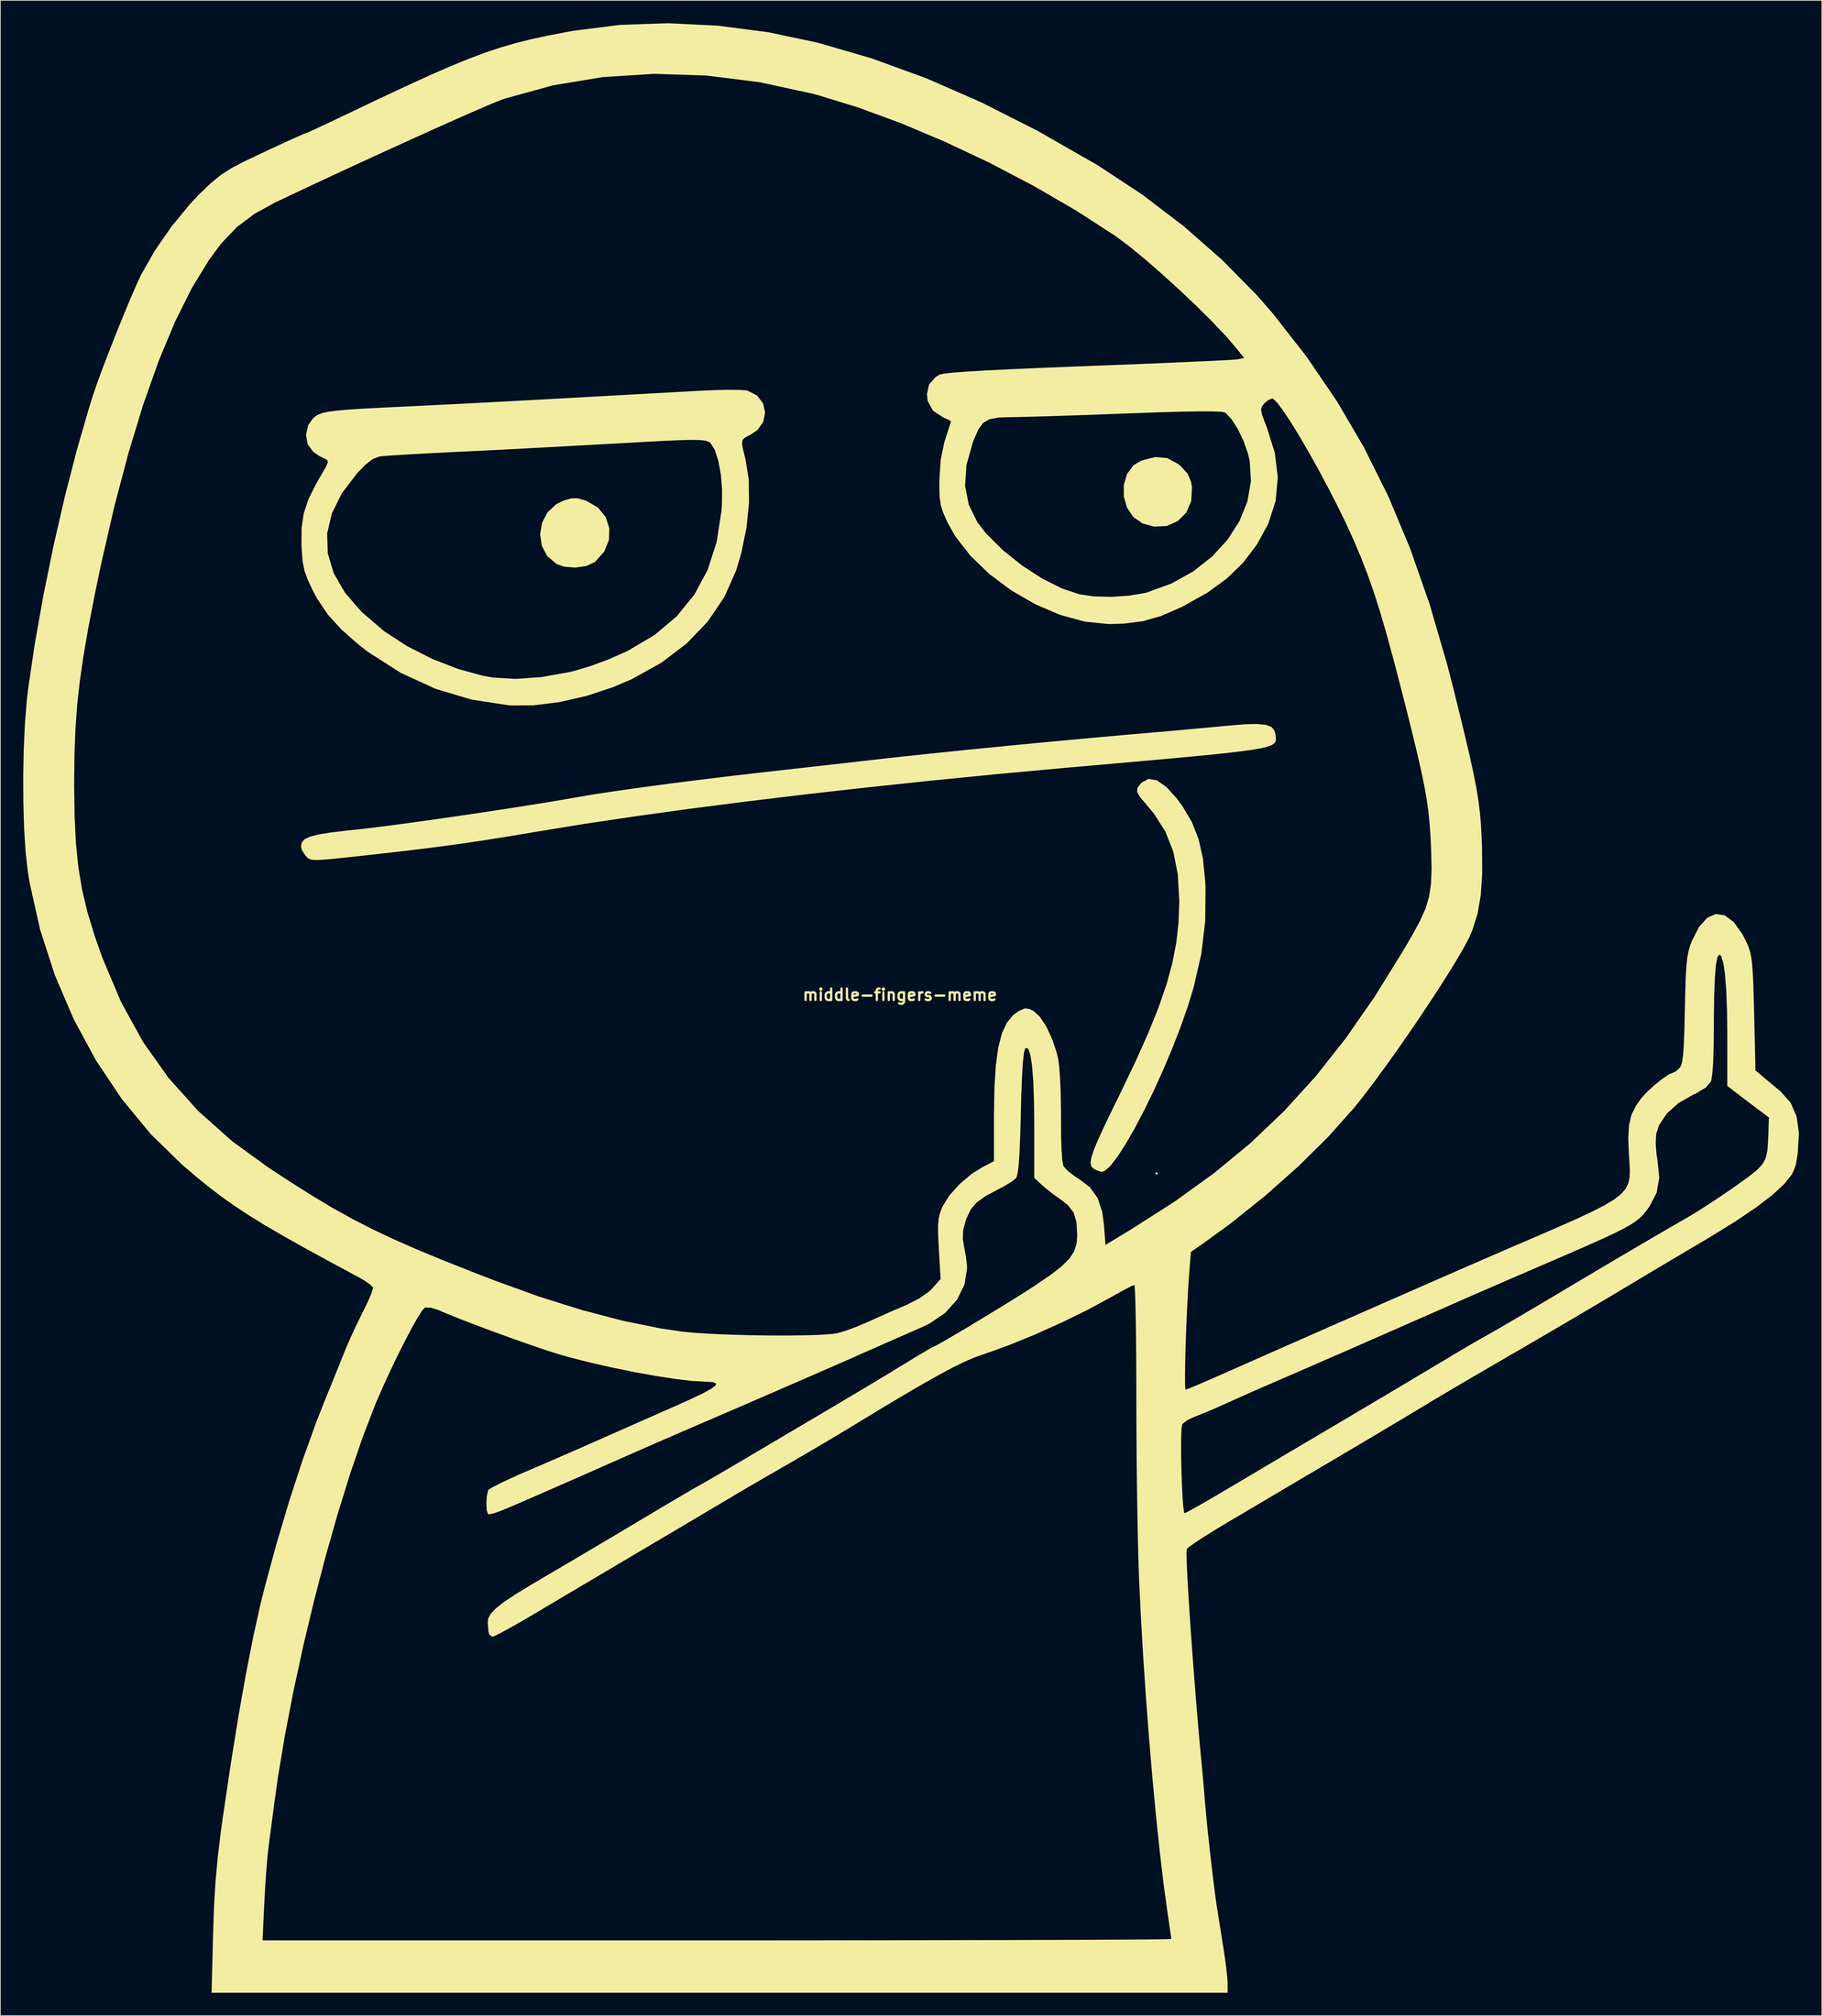
<source format=kicad_pcb>
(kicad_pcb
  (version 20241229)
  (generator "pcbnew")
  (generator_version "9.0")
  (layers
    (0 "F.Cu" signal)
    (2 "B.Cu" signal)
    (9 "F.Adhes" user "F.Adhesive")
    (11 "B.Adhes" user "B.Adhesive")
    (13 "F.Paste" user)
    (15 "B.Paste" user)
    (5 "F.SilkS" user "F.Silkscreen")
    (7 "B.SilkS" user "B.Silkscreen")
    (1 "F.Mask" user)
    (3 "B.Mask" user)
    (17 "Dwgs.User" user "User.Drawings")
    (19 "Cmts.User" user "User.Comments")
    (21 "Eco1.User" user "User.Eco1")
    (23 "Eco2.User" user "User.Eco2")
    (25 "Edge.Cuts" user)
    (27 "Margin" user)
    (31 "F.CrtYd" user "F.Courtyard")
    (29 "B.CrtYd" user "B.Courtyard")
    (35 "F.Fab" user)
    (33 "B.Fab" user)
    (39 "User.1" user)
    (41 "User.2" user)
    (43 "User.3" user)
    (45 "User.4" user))
  (footprint "middle-fingers-meme"
    (layer "F.Cu")
    (at 115.147 127.591)
    (property "Reference" "middle-fingers-meme" (at 0 0 0) (layer "F.SilkS") (effects (font (size 1.5 1.5) (thickness 0.3))))
    (attr board_only exclude_from_pos_files exclude_from_bom)
    (fp_poly (pts (xy 33.867 23.46) (xy 33.69 23.636) (xy 33.514 23.46) (xy 33.69 23.283)) (stroke (width 0) (type solid)) (fill yes) (layer "F.SilkS"))
    (fp_poly (pts (xy 35.113 -70.479) (xy 36.554 -69.697) (xy 36.905 -69.397) (xy 37.79 -68.416) (xy 38.229 -67.375) (xy 38.35 -66.633) (xy 38.253 -64.824) (xy 37.599 -63.324) (xy 36.498 -62.214) (xy 35.058 -61.572) (xy 33.392 -61.48) (xy 31.845 -61.906) (xy 30.622 -62.769) (xy 29.804 -64.011) (xy 29.397 -65.469) (xy 29.402 -66.983) (xy 29.824 -68.39) (xy 30.666 -69.528) (xy 31.665 -70.144) (xy 33.517 -70.623)) (stroke (width 0) (type solid)) (fill yes) (layer "F.SilkS"))
    (fp_poly (pts (xy -41.274 -64.897) (xy -41.193 -64.868) (xy -39.672 -63.996) (xy -38.659 -62.752) (xy -38.17 -61.276) (xy -38.227 -59.708) (xy -38.848 -58.186) (xy -40.053 -56.85) (xy -40.081 -56.828) (xy -41.205 -56.307) (xy -42.656 -56.1) (xy -44.123 -56.225) (xy -45.089 -56.569) (xy -46.319 -57.605) (xy -47.037 -58.955) (xy -47.26 -60.467) (xy -47.003 -61.987) (xy -46.284 -63.364) (xy -45.119 -64.444) (xy -44.18 -64.898) (xy -43.137 -65.198) (xy -42.305 -65.199)) (stroke (width 0) (type solid)) (fill yes) (layer "F.SilkS"))
    (fp_poly (pts (xy 33.743 -28.159) (xy 34.974 -27.305) (xy 36.34 -25.806) (xy 37.091 -24.786) (xy 38.338 -22.685) (xy 39.224 -20.431) (xy 39.795 -17.864) (xy 40.097 -14.821) (xy 40.131 -14.097) (xy 40.089 -9.685) (xy 39.584 -5.4) (xy 38.582 -1.017) (xy 37.852 1.379) (xy 36.883 4.155) (xy 35.781 6.998) (xy 34.587 9.832) (xy 33.338 12.582) (xy 32.073 15.173) (xy 30.833 17.532) (xy 29.654 19.582) (xy 28.578 21.25) (xy 27.641 22.461) (xy 26.883 23.139) (xy 26.468 23.255) (xy 26.008 23.114) (xy 25.837 23.048) (xy 25.409 22.83) (xy 25.135 22.527) (xy 25.036 22.07) (xy 25.134 21.388) (xy 25.45 20.411) (xy 26.006 19.068) (xy 26.824 17.288) (xy 27.924 15.002) (xy 28.912 12.987) (xy 30.951 8.734) (xy 32.63 4.98) (xy 33.976 1.634) (xy 35.017 -1.393) (xy 35.78 -4.193) (xy 36.294 -6.855) (xy 36.586 -9.47) (xy 36.683 -12.128) (xy 36.683 -12.347) (xy 36.492 -15.813) (xy 35.902 -18.794) (xy 34.871 -21.413) (xy 33.357 -23.795) (xy 32.391 -24.951) (xy 31.536 -25.95) (xy 31.146 -26.629) (xy 31.184 -27.162) (xy 31.611 -27.727) (xy 31.768 -27.887) (xy 32.668 -28.357)) (stroke (width 0) (type solid)) (fill yes) (layer "F.SilkS"))
    (fp_poly (pts (xy 48.088 -35.442) (xy 48.818 -35.144) (xy 49.205 -34.652) (xy 49.319 -34.183) (xy 49.364 -33.833) (xy 49.382 -33.527) (xy 49.329 -33.257) (xy 49.159 -33.015) (xy 48.827 -32.796) (xy 48.288 -32.592) (xy 47.498 -32.395) (xy 46.411 -32.199) (xy 44.982 -31.996) (xy 43.166 -31.779) (xy 40.918 -31.542) (xy 38.194 -31.277) (xy 34.947 -30.976) (xy 31.134 -30.634) (xy 26.71 -30.242) (xy 21.628 -29.794) (xy 21.519 -29.785) (xy 12.836 -28.988) (xy 4.23 -28.137) (xy -4.221 -27.244) (xy -12.438 -26.316) (xy -20.341 -25.363) (xy -27.852 -24.396) (xy -34.891 -23.422) (xy -41.38 -22.453) (xy -47.019 -21.535) (xy -50.838 -20.894) (xy -54.232 -20.351) (xy -57.403 -19.878) (xy -60.554 -19.447) (xy -63.888 -19.029) (xy -67.606 -18.597) (xy -69.984 -18.333) (xy -72.439 -18.063) (xy -74.287 -17.867) (xy -75.626 -17.745) (xy -76.551 -17.696) (xy -77.157 -17.719) (xy -77.541 -17.813) (xy -77.798 -17.979) (xy -78.024 -18.215) (xy -78.086 -18.284) (xy -78.544 -18.994) (xy -78.669 -19.464) (xy -78.568 -19.994) (xy -78.208 -20.417) (xy -77.505 -20.762) (xy -76.377 -21.053) (xy -74.739 -21.317) (xy -72.508 -21.579) (xy -71.614 -21.672) (xy -69.692 -21.888) (xy -67.204 -22.201) (xy -64.28 -22.592) (xy -61.051 -23.043) (xy -57.647 -23.533) (xy -54.197 -24.045) (xy -50.832 -24.559) (xy -47.682 -25.056) (xy -44.877 -25.517) (xy -42.548 -25.923) (xy -42.51 -25.93) (xy -40.209 -26.318) (xy -37.307 -26.76) (xy -33.906 -27.242) (xy -30.109 -27.749) (xy -26.016 -28.269) (xy -21.729 -28.787) (xy -17.462 -29.278) (xy -14.759 -29.581) (xy -12.117 -29.879) (xy -9.67 -30.155) (xy -7.548 -30.395) (xy -5.885 -30.585) (xy -4.939 -30.694) (xy -0.869 -31.153) (xy 3.765 -31.649) (xy 8.82 -32.169) (xy 14.157 -32.699) (xy 19.634 -33.224) (xy 25.111 -33.731) (xy 30.447 -34.207) (xy 32.456 -34.38) (xy 34.892 -34.592) (xy 37.481 -34.823) (xy 39.977 -35.05) (xy 42.134 -35.252) (xy 42.964 -35.333) (xy 45.249 -35.521) (xy 46.928 -35.563)) (stroke (width 0) (type solid)) (fill yes) (layer "F.SilkS"))
    (fp_poly (pts (xy -21.078 -79.435) (xy -20.182 -79.373) (xy -20.019 -79.341) (xy -18.762 -78.691) (xy -17.988 -77.683) (xy -17.712 -76.485) (xy -17.943 -75.263) (xy -18.694 -74.182) (xy -19.612 -73.562) (xy -20.29 -73.224) (xy -20.656 -72.893) (xy -20.746 -72.392) (xy -20.597 -71.546) (xy -20.285 -70.322) (xy -19.861 -67.674) (xy -19.824 -64.616) (xy -20.159 -61.319) (xy -20.852 -57.954) (xy -21.511 -55.739) (xy -23.065 -52.235) (xy -25.241 -49.025) (xy -28.008 -46.141) (xy -31.335 -43.611) (xy -35.188 -41.466) (xy -37.674 -40.402) (xy -41.169 -39.248) (xy -44.71 -38.441) (xy -48.105 -38.013) (xy -51.16 -37.998) (xy -51.329 -38.011) (xy -56.276 -38.768) (xy -61.039 -40.199) (xy -65.572 -42.284) (xy -69.826 -45.004) (xy -71.085 -45.976) (xy -73.371 -47.982) (xy -75.138 -49.934) (xy -76.535 -52.007) (xy -77.146 -53.153) (xy -77.807 -54.568) (xy -78.218 -55.724) (xy -78.449 -56.911) (xy -78.571 -58.418) (xy -78.6 -59.043) (xy -78.593 -60.576) (xy -75.232 -60.576) (xy -75.148 -57.953) (xy -74.364 -55.357) (xy -72.883 -52.797) (xy -70.707 -50.282) (xy -67.835 -47.821) (xy -67.66 -47.689) (xy -64.75 -45.795) (xy -61.475 -44.131) (xy -58.067 -42.797) (xy -54.754 -41.889) (xy -53.446 -41.658) (xy -50.462 -41.481) (xy -47.075 -41.724) (xy -43.439 -42.375) (xy -42.686 -42.555) (xy -40.591 -43.185) (xy -38.245 -44.06) (xy -35.996 -45.05) (xy -35.692 -45.199) (xy -32.215 -47.257) (xy -29.325 -49.698) (xy -27.011 -52.536) (xy -25.264 -55.785) (xy -24.076 -59.458) (xy -23.437 -63.572) (xy -23.386 -64.258) (xy -23.359 -66.336) (xy -23.525 -68.341) (xy -23.854 -70.126) (xy -24.316 -71.545) (xy -24.883 -72.453) (xy -25.074 -72.607) (xy -25.494 -72.759) (xy -26.224 -72.847) (xy -27.351 -72.873) (xy -28.964 -72.836) (xy -31.152 -72.737) (xy -32.374 -72.672) (xy -36.586 -72.438) (xy -40.183 -72.239) (xy -43.254 -72.07) (xy -45.885 -71.927) (xy -48.167 -71.804) (xy -50.189 -71.697) (xy -52.038 -71.601) (xy -53.804 -71.511) (xy -55.575 -71.423) (xy -57.44 -71.332) (xy -59.09 -71.253) (xy -61.48 -71.134) (xy -63.692 -71.014) (xy -65.609 -70.901) (xy -67.113 -70.803) (xy -68.086 -70.725) (xy -68.334 -70.697) (xy -69.199 -70.384) (xy -70.184 -69.635) (xy -71.274 -68.514) (xy -73.296 -65.866) (xy -74.615 -63.217) (xy -75.232 -60.576) (xy -78.593 -60.576) (xy -78.59 -61.263) (xy -78.309 -63.195) (xy -77.694 -65.067) (xy -76.681 -67.11) (xy -76.057 -68.182) (xy -75.432 -69.256) (xy -75.152 -69.883) (xy -75.181 -70.207) (xy -75.482 -70.375) (xy -75.499 -70.381) (xy -76.231 -70.741) (xy -77.053 -71.301) (xy -77.781 -72.28) (xy -78.006 -73.521) (xy -77.725 -74.785) (xy -77.129 -75.656) (xy -76.789 -75.957) (xy -76.383 -76.204) (xy -75.83 -76.406) (xy -75.053 -76.574) (xy -73.972 -76.717) (xy -72.509 -76.845) (xy -70.584 -76.97) (xy -68.12 -77.102) (xy -65.035 -77.25) (xy -64.735 -77.264) (xy -62.45 -77.374) (xy -59.615 -77.515) (xy -56.387 -77.681) (xy -52.919 -77.863) (xy -49.367 -78.052) (xy -45.886 -78.241) (xy -44.097 -78.339) (xy -40.883 -78.517) (xy -37.659 -78.696) (xy -34.55 -78.867) (xy -31.681 -79.026) (xy -29.178 -79.164) (xy -27.165 -79.274) (xy -26.106 -79.332) (xy -24.197 -79.414) (xy -22.469 -79.449)) (stroke (width 0) (type solid)) (fill yes) (layer "F.SilkS"))
    (fp_poly (pts (xy -23.907 -127.269) (xy -17.298 -126.411) (xy -10.76 -125.025) (xy -3.684 -122.964) (xy 3.433 -120.37) (xy 10.655 -117.216) (xy 18.042 -113.475) (xy 25.655 -109.12) (xy 26.106 -108.847) (xy 31.791 -105.11) (xy 37.238 -100.958) (xy 42.313 -96.504) (xy 46.885 -91.862) (xy 49.003 -89.429) (xy 53.427 -83.765) (xy 57.401 -77.929) (xy 60.964 -71.843) (xy 64.154 -65.428) (xy 67.007 -58.604) (xy 69.563 -51.293) (xy 71.86 -43.416) (xy 72.661 -40.303) (xy 73.558 -36.681) (xy 74.293 -33.646) (xy 74.885 -31.105) (xy 75.351 -28.962) (xy 75.707 -27.122) (xy 75.972 -25.489) (xy 76.162 -23.971) (xy 76.294 -22.47) (xy 76.385 -20.893) (xy 76.444 -19.403) (xy 76.472 -15.969) (xy 76.281 -13.087) (xy 75.856 -10.632) (xy 75.177 -8.479) (xy 74.725 -7.451) (xy 73.917 -5.937) (xy 72.753 -3.969) (xy 71.306 -1.657) (xy 69.65 0.894) (xy 67.855 3.576) (xy 65.996 6.28) (xy 64.145 8.899) (xy 62.374 11.326) (xy 60.757 13.454) (xy 59.665 14.817) (xy 56.254 18.641) (xy 52.31 22.542) (xy 47.974 26.391) (xy 43.388 30.062) (xy 39.794 32.674) (xy 38.209 33.775) (xy 37.989 36.555) (xy 37.869 38.26) (xy 37.758 40.23) (xy 37.657 42.35) (xy 37.571 44.505) (xy 37.502 46.581) (xy 37.456 48.462) (xy 37.435 50.034) (xy 37.443 51.182) (xy 37.483 51.791) (xy 37.512 51.858) (xy 37.898 51.723) (xy 38.807 51.349) (xy 40.119 50.789) (xy 41.714 50.093) (xy 42.416 49.783) (xy 45.382 48.469) (xy 48.68 47.011) (xy 52.22 45.45) (xy 55.91 43.825) (xy 59.661 42.176) (xy 63.381 40.541) (xy 66.981 38.962) (xy 70.37 37.478) (xy 73.457 36.128) (xy 76.152 34.953) (xy 78.365 33.991) (xy 79.728 33.402) (xy 83.397 31.824) (xy 86.472 30.492) (xy 89.005 29.368) (xy 91.045 28.411) (xy 92.646 27.581) (xy 93.857 26.84) (xy 94.73 26.147) (xy 95.315 25.462) (xy 95.665 24.747) (xy 95.83 23.961) (xy 95.861 23.066) (xy 95.809 22.02) (xy 95.738 20.99) (xy 95.654 18.793) (xy 95.753 17.11) (xy 96.074 15.764) (xy 96.656 14.576) (xy 97.367 13.581) (xy 98.143 12.735) (xy 99.127 11.836) (xy 100.141 11.024) (xy 101.01 10.442) (xy 101.542 10.231) (xy 101.99 9.995) (xy 102.397 9.613) (xy 102.595 9.278) (xy 102.748 8.709) (xy 102.864 7.813) (xy 102.953 6.497) (xy 103.022 4.671) (xy 103.08 2.241) (xy 103.086 1.94) (xy 103.141 -0.545) (xy 103.207 -2.444) (xy 103.294 -3.877) (xy 103.416 -4.961) (xy 103.584 -5.816) (xy 103.811 -6.562) (xy 103.983 -7.017) (xy 104.944 -8.905) (xy 106.012 -10.103) (xy 107.15 -10.611) (xy 108.321 -10.432) (xy 109.488 -9.565) (xy 110.612 -8.01) (xy 111.192 -6.879) (xy 111.465 -6.236) (xy 111.673 -5.578) (xy 111.829 -4.792) (xy 111.945 -3.769) (xy 112.032 -2.397) (xy 112.102 -0.564) (xy 112.167 1.841) (xy 112.181 2.413) (xy 112.36 9.941) (xy 113.272 10.703) (xy 114.087 11.384) (xy 115.132 12.255) (xy 115.666 12.7) (xy 116.96 14.153) (xy 117.757 15.969) (xy 118.068 18.195) (xy 117.901 20.881) (xy 117.638 22.431) (xy 117.167 23.551) (xy 116.159 24.828) (xy 114.589 26.281) (xy 112.436 27.928) (xy 109.675 29.789) (xy 106.285 31.882) (xy 105.481 32.359) (xy 103.406 33.584) (xy 100.957 35.037) (xy 98.366 36.58) (xy 95.862 38.076) (xy 94.368 38.971) (xy 92.283 40.214) (xy 89.768 41.703) (xy 87.003 43.33) (xy 84.168 44.989) (xy 81.447 46.575) (xy 80.257 47.264) (xy 77.894 48.635) (xy 75.556 49.998) (xy 73.368 51.281) (xy 71.453 52.41) (xy 69.935 53.314) (xy 69.144 53.791) (xy 68.029 54.467) (xy 66.421 55.432) (xy 64.437 56.616) (xy 62.192 57.952) (xy 59.804 59.369) (xy 57.503 60.73) (xy 54.897 62.269) (xy 52.153 63.89) (xy 49.428 65.501) (xy 46.879 67.007) (xy 44.664 68.316) (xy 43.331 69.103) (xy 41.558 70.169) (xy 40.004 71.136) (xy 38.771 71.939) (xy 37.956 72.514) (xy 37.662 72.786) (xy 37.632 73.302) (xy 37.656 74.437) (xy 37.73 76.108) (xy 37.848 78.231) (xy 38.004 80.721) (xy 38.191 83.496) (xy 38.405 86.472) (xy 38.639 89.565) (xy 38.887 92.692) (xy 39.144 95.768) (xy 39.403 98.71) (xy 39.659 101.435) (xy 39.676 101.6) (xy 39.785 102.778) (xy 39.919 104.319) (xy 40.044 105.833) (xy 40.21 107.695) (xy 40.435 109.94) (xy 40.698 112.375) (xy 40.976 114.807) (xy 41.248 117.043) (xy 41.491 118.891) (xy 41.621 119.768) (xy 41.833 121.11) (xy 42.108 122.841) (xy 42.397 124.654) (xy 42.49 125.236) (xy 42.729 126.852) (xy 42.914 128.346) (xy 43.019 129.484) (xy 43.033 129.822) (xy 43.039 131.057) (xy -23.685 131.057) (xy -90.409 131.057) (xy -90.232 124.178) (xy -83.717 124.178) (xy -24.043 124.178) (xy -17.612 124.177) (xy -11.374 124.174) (xy -5.365 124.169) (xy 0.378 124.162) (xy 5.819 124.154) (xy 10.921 124.144) (xy 15.649 124.132) (xy 19.966 124.119) (xy 23.836 124.105) (xy 27.222 124.09) (xy 30.088 124.074) (xy 32.397 124.057) (xy 34.115 124.039) (xy 35.203 124.02) (xy 35.626 124.001) (xy 35.631 123.999) (xy 35.582 123.595) (xy 35.45 122.653) (xy 35.258 121.332) (xy 35.117 120.383) (xy 34.619 116.74) (xy 34.118 112.509) (xy 33.625 107.807) (xy 33.149 102.75) (xy 32.701 97.456) (xy 32.291 92.042) (xy 31.927 86.625) (xy 31.622 81.322) (xy 31.404 76.729) (xy 31.323 74.434) (xy 31.249 71.571) (xy 31.183 68.277) (xy 31.128 64.692) (xy 31.085 60.952) (xy 31.074 59.405) (xy 36.921 59.405) (xy 36.936 61.059) (xy 36.976 62.808) (xy 37.038 64.513) (xy 37.117 66.03) (xy 37.21 67.219) (xy 37.313 67.938) (xy 37.384 68.086) (xy 37.752 67.914) (xy 38.63 67.432) (xy 39.923 66.696) (xy 41.536 65.76) (xy 43.374 64.677) (xy 43.779 64.437) (xy 46.062 63.081) (xy 48.734 61.497) (xy 51.577 59.813) (xy 54.375 58.158) (xy 56.909 56.661) (xy 56.974 56.623) (xy 59.447 55.16) (xy 62.144 53.561) (xy 64.86 51.947) (xy 67.392 50.438) (xy 69.534 49.157) (xy 69.674 49.074) (xy 71.507 47.977) (xy 73.17 46.987) (xy 74.554 46.167) (xy 75.547 45.585) (xy 76.03 45.31) (xy 77.011 44.765) (xy 78.507 43.908) (xy 80.427 42.791) (xy 82.682 41.466) (xy 85.181 39.986) (xy 87.136 38.821) (xy 90.63 36.74) (xy 94.037 34.723) (xy 97.24 32.838) (xy 100.12 31.154) (xy 102.561 29.741) (xy 103.364 29.282) (xy 104.731 28.458) (xy 106.438 27.365) (xy 108.256 26.152) (xy 109.793 25.086) (xy 111.406 23.929) (xy 112.535 23.035) (xy 113.271 22.258) (xy 113.703 21.453) (xy 113.921 20.474) (xy 114.017 19.173) (xy 114.053 18.197) (xy 114.124 16.11) (xy 112.536 14.919) (xy 111.389 14.055) (xy 110.263 13.199) (xy 109.802 12.847) (xy 108.656 11.964) (xy 108.656 5.118) (xy 108.621 2.047) (xy 108.521 -0.554) (xy 108.361 -2.635) (xy 108.144 -4.149) (xy 107.877 -5.048) (xy 107.616 -5.292) (xy 107.367 -4.959) (xy 107.171 -3.956) (xy 107.028 -2.274) (xy 106.935 0.093) (xy 106.894 3.154) (xy 106.892 4.266) (xy 106.868 6.788) (xy 106.799 8.847) (xy 106.69 10.369) (xy 106.544 11.28) (xy 106.495 11.422) (xy 105.831 12.178) (xy 104.574 12.942) (xy 104.108 13.156) (xy 102.225 14.229) (xy 100.709 15.603) (xy 99.683 17.146) (xy 99.317 18.288) (xy 99.252 19.481) (xy 99.357 20.929) (xy 99.483 21.696) (xy 99.722 24.003) (xy 99.383 25.993) (xy 98.447 27.782) (xy 98.428 27.81) (xy 98.013 28.374) (xy 97.613 28.866) (xy 97.165 29.319) (xy 96.608 29.765) (xy 95.88 30.237) (xy 94.917 30.769) (xy 93.659 31.394) (xy 92.044 32.143) (xy 90.008 33.051) (xy 87.491 34.149) (xy 84.43 35.472) (xy 82.021 36.51) (xy 79.633 37.542) (xy 77.016 38.678) (xy 74.421 39.811) (xy 72.097 40.83) (xy 71.085 41.277) (xy 68.794 42.288) (xy 66.145 43.453) (xy 63.272 44.714) (xy 60.311 46.012) (xy 57.396 47.287) (xy 54.661 48.48) (xy 52.242 49.534) (xy 50.273 50.388) (xy 49.565 50.693) (xy 48.301 51.239) (xy 47.292 51.677) (xy 46.357 52.088) (xy 45.311 52.554) (xy 43.972 53.155) (xy 42.333 53.893) (xy 40.945 54.501) (xy 39.599 55.061) (xy 38.686 55.415) (xy 37.759 55.851) (xy 37.141 56.327) (xy 37.065 56.439) (xy 36.981 56.954) (xy 36.934 57.99) (xy 36.921 59.405) (xy 31.074 59.405) (xy 31.057 57.195) (xy 31.046 53.558) (xy 31.046 53.181) (xy 31.039 49.996) (xy 31.022 47.04) (xy 30.995 44.386) (xy 30.959 42.105) (xy 30.916 40.27) (xy 30.867 38.952) (xy 30.814 38.225) (xy 30.78 38.103) (xy 30.376 38.269) (xy 29.514 38.713) (xy 28.346 39.354) (xy 27.693 39.725) (xy 24.647 41.372) (xy 21.248 43.038) (xy 17.721 44.622) (xy 14.293 46.023) (xy 11.187 47.141) (xy 10.76 47.279) (xy 9.683 47.668) (xy 8.421 48.216) (xy 6.914 48.958) (xy 5.107 49.923) (xy 2.94 51.145) (xy 0.356 52.655) (xy -2.704 54.484) (xy -6.297 56.666) (xy -6.35 56.698) (xy -8.238 57.838) (xy -10.476 59.168) (xy -12.798 60.532) (xy -14.939 61.773) (xy -15.169 61.905) (xy -17.003 62.96) (xy -18.792 63.995) (xy -20.368 64.913) (xy -21.562 65.615) (xy -21.872 65.8) (xy -22.659 66.27) (xy -23.961 67.044) (xy -25.686 68.067) (xy -27.741 69.285) (xy -30.033 70.642) (xy -32.471 72.085) (xy -33.514 72.702) (xy -36.179 74.278) (xy -38.91 75.895) (xy -41.578 77.475) (xy -44.053 78.941) (xy -46.204 80.217) (xy -47.901 81.225) (xy -48.154 81.375) (xy -49.845 82.365) (xy -51.343 83.213) (xy -52.534 83.857) (xy -53.308 84.237) (xy -53.534 84.313) (xy -53.934 84.021) (xy -54.029 83.697) (xy -54.111 82.836) (xy -54.141 82.55) (xy -54.09 81.939) (xy -53.759 81.302) (xy -53.081 80.585) (xy -51.994 79.734) (xy -50.431 78.695) (xy -48.33 77.413) (xy -47.324 76.82) (xy -45.143 75.54) (xy -42.567 74.02) (xy -39.803 72.384) (xy -37.06 70.757) (xy -34.548 69.26) (xy -34.396 69.17) (xy -32.312 67.928) (xy -30.362 66.771) (xy -28.651 65.762) (xy -27.284 64.961) (xy -26.364 64.43) (xy -26.106 64.286) (xy -25.322 63.845) (xy -24.099 63.14) (xy -22.604 62.267) (xy -21.004 61.323) (xy -20.99 61.315) (xy -19.475 60.418) (xy -17.516 59.259) (xy -15.276 57.936) (xy -12.918 56.543) (xy -10.607 55.179) (xy -10.231 54.956) (xy -7.949 53.605) (xy -5.599 52.206) (xy -3.344 50.856) (xy -1.345 49.652) (xy 0.235 48.691) (xy 0.455 48.556) (xy 1.903 47.671) (xy 3.122 46.94) (xy 3.993 46.432) (xy 4.397 46.217) (xy 4.408 46.214) (xy 4.785 46.038) (xy 5.656 45.553) (xy 6.919 44.82) (xy 8.469 43.902) (xy 10.202 42.863) (xy 12.014 41.764) (xy 13.802 40.669) (xy 15.461 39.639) (xy 16.887 38.738) (xy 17.695 38.215) (xy 19.733 36.825) (xy 21.224 35.67) (xy 22.247 34.656) (xy 22.879 33.692) (xy 23.198 32.683) (xy 23.283 31.584) (xy 23.179 29.85) (xy 22.804 28.597) (xy 22.066 27.627) (xy 21.129 26.903) (xy 20.004 26.099) (xy 18.943 25.248) (xy 18.65 24.986) (xy 17.639 24.043) (xy 17.639 17.154) (xy 17.605 13.955) (xy 17.506 11.322) (xy 17.344 9.283) (xy 17.124 7.862) (xy 16.847 7.088) (xy 16.517 6.987) (xy 16.456 7.039) (xy 16.293 7.565) (xy 16.151 8.795) (xy 16.03 10.728) (xy 15.93 13.363) (xy 15.875 15.487) (xy 15.799 18.362) (xy 15.71 20.589) (xy 15.603 22.223) (xy 15.475 23.322) (xy 15.32 23.942) (xy 15.243 24.078) (xy 14.686 24.528) (xy 13.726 25.116) (xy 12.9 25.549) (xy 11.217 26.448) (xy 10.061 27.285) (xy 9.286 28.203) (xy 8.745 29.341) (xy 8.641 29.639) (xy 8.292 30.955) (xy 8.258 32.099) (xy 8.438 33.18) (xy 8.664 34.421) (xy 8.799 35.532) (xy 8.817 35.913) (xy 8.473 38.068) (xy 7.488 40.053) (xy 5.923 41.79) (xy 3.838 43.199) (xy 3.086 43.56) (xy 1.656 44.189) (xy -0.073 44.949) (xy -1.754 45.688) (xy -1.94 45.77) (xy -3.436 46.428) (xy -4.871 47.062) (xy -5.985 47.555) (xy -6.174 47.639) (xy -7.321 48.145) (xy -8.995 48.878) (xy -11.076 49.786) (xy -13.443 50.816) (xy -15.975 51.916) (xy -18.552 53.034) (xy -21.053 54.116) (xy -23.357 55.112) (xy -25.344 55.968) (xy -26.458 56.445) (xy -28.599 57.367) (xy -31.101 58.454) (xy -33.682 59.582) (xy -36.06 60.629) (xy -36.513 60.829) (xy -38.674 61.786) (xy -40.967 62.798) (xy -43.159 63.762) (xy -45.015 64.576) (xy -45.508 64.792) (xy -47.106 65.489) (xy -48.566 66.127) (xy -49.707 66.625) (xy -50.271 66.872) (xy -52.033 67.619) (xy -53.228 68.062) (xy -53.914 68.22) (xy -54.123 68.174) (xy -54.275 67.669) (xy -54.317 66.782) (xy -54.257 65.827) (xy -54.1 65.118) (xy -54.053 65.026) (xy -53.651 64.748) (xy -52.716 64.259) (xy -51.371 63.617) (xy -49.734 62.88) (xy -48.855 62.5) (xy -46.723 61.583) (xy -44.435 60.592) (xy -42.249 59.639) (xy -40.421 58.835) (xy -40.217 58.745) (xy -38.666 58.058) (xy -36.657 57.169) (xy -34.374 56.161) (xy -32.005 55.116) (xy -30.047 54.253) (xy -27.689 53.198) (xy -25.956 52.374) (xy -24.812 51.756) (xy -24.225 51.316) (xy -24.162 51.03) (xy -24.588 50.869) (xy -25.472 50.808) (xy -25.708 50.805) (xy -27.366 50.708) (xy -29.557 50.444) (xy -32.133 50.044) (xy -34.947 49.533) (xy -37.853 48.94) (xy -40.704 48.293) (xy -43.353 47.618) (xy -44.732 47.227) (xy -46.324 46.725) (xy -48.35 46.039) (xy -50.651 45.229) (xy -53.068 44.354) (xy -55.439 43.472) (xy -57.606 42.641) (xy -59.408 41.92) (xy -60.599 41.409) (xy -61.551 41.105) (xy -62.333 41.067) (xy -62.392 41.083) (xy -62.747 41.459) (xy -63.335 42.376) (xy -64.101 43.733) (xy -64.994 45.425) (xy -65.961 47.349) (xy -66.948 49.402) (xy -67.903 51.481) (xy -68.773 53.482) (xy -68.905 53.799) (xy -70.54 58.032) (xy -72.194 62.848) (xy -73.834 68.126) (xy -75.431 73.745) (xy -76.953 79.584) (xy -78.371 85.522) (xy -79.653 91.438) (xy -80.769 97.211) (xy -81.689 102.72) (xy -82.2 106.362) (xy -82.431 108.149) (xy -82.676 110.006) (xy -82.887 111.585) (xy -82.922 111.842) (xy -83.058 113.074) (xy -83.205 114.797) (xy -83.345 116.796) (xy -83.463 118.855) (xy -83.478 119.162) (xy -83.717 124.178) (xy -90.232 124.178) (xy -90.209 123.296) (xy -90.083 119.651) (xy -89.888 116.408) (xy -89.601 113.265) (xy -89.196 109.921) (xy -88.923 107.95) (xy -87.889 101.002) (xy -86.879 94.742) (xy -85.89 89.153) (xy -84.918 84.22) (xy -83.961 79.923) (xy -83.475 77.964) (xy -81.891 72.123) (xy -80.203 66.458) (xy -78.459 61.116) (xy -76.705 56.242) (xy -75.675 53.622) (xy -74.908 51.737) (xy -74.118 49.785) (xy -73.41 48.025) (xy -72.976 46.94) (xy -72.274 45.286) (xy -71.41 43.403) (xy -70.561 41.68) (xy -70.505 41.571) (xy -69.877 40.294) (xy -69.423 39.232) (xy -69.213 38.553) (xy -69.212 38.426) (xy -69.577 38.048) (xy -70.377 37.5) (xy -71.098 37.086) (xy -74.919 35.03) (xy -78.19 33.241) (xy -80.991 31.669) (xy -83.401 30.262) (xy -85.5 28.969) (xy -87.368 27.74) (xy -89.085 26.525) (xy -90.73 25.271) (xy -92.384 23.928) (xy -94.126 22.446) (xy -94.26 22.33) (xy -98.4 18.295) (xy -102.184 13.708) (xy -105.572 8.649) (xy -108.519 3.2) (xy -110.985 -2.559) (xy -112.926 -8.547) (xy -114.3 -14.684) (xy -114.55 -16.228) (xy -114.832 -18.744) (xy -115.026 -21.786) (xy -115.131 -25.178) (xy -115.142 -27.517) (xy -108.456 -27.517) (xy -108.402 -23.445) (xy -108.227 -19.908) (xy -107.906 -16.742) (xy -107.411 -13.781) (xy -106.716 -10.862) (xy -105.793 -7.819) (xy -104.716 -4.763) (xy -102.283 0.977) (xy -99.41 6.19) (xy -96.051 10.934) (xy -92.163 15.263) (xy -87.701 19.235) (xy -82.903 22.719) (xy -79.852 24.71) (xy -77.082 26.454) (xy -74.485 28.004) (xy -71.95 29.416) (xy -69.37 30.743) (xy -66.636 32.039) (xy -63.638 33.36) (xy -60.269 34.758) (xy -56.418 36.29) (xy -53.269 37.512) (xy -47.432 39.624) (xy -41.786 41.396) (xy -36.431 42.801) (xy -31.467 43.813) (xy -28.565 44.238) (xy -26.852 44.4) (xy -24.724 44.533) (xy -22.306 44.636) (xy -19.727 44.706) (xy -17.115 44.744) (xy -14.598 44.747) (xy -12.303 44.715) (xy -10.358 44.647) (xy -8.89 44.54) (xy -8.163 44.431) (xy -7.066 44.101) (xy -5.637 43.568) (xy -4.176 42.945) (xy -4.106 42.913) (xy -2.449 42.163) (xy -0.625 41.361) (xy 0.81 40.747) (xy 2.484 39.909) (xy 3.821 38.971) (xy 4.272 38.531) (xy 5.338 37.317) (xy 5.104 33.387) (xy 5.013 31.583) (xy 5.003 30.3) (xy 5.089 29.356) (xy 5.286 28.569) (xy 5.561 27.869) (xy 6.472 26.377) (xy 7.846 24.845) (xy 9.482 23.473) (xy 10.901 22.596) (xy 12.347 21.858) (xy 12.347 15.809) (xy 12.405 12.232) (xy 12.588 9.291) (xy 12.911 6.925) (xy 13.389 5.073) (xy 14.035 3.672) (xy 14.865 2.663) (xy 15.616 2.127) (xy 16.383 1.786) (xy 17.01 1.859) (xy 17.542 2.126) (xy 18.383 2.897) (xy 19.232 4.191) (xy 20 5.835) (xy 20.598 7.652) (xy 20.785 8.464) (xy 20.924 9.541) (xy 21.036 11.14) (xy 21.114 13.082) (xy 21.149 15.183) (xy 21.149 16.159) (xy 21.158 18.376) (xy 21.213 20.224) (xy 21.31 21.601) (xy 21.442 22.404) (xy 21.483 22.51) (xy 21.999 23.092) (xy 22.888 23.785) (xy 23.421 24.124) (xy 24.94 25.27) (xy 25.967 26.701) (xy 26.576 28.546) (xy 26.798 30.257) (xy 26.988 32.846) (xy 30.339 30.82) (xy 36.056 27.171) (xy 41.26 23.419) (xy 46.03 19.483) (xy 50.445 15.281) (xy 54.583 10.73) (xy 58.523 5.748) (xy 62.343 0.253) (xy 66.121 -5.837) (xy 67.303 -7.87) (xy 68.307 -9.715) (xy 69.022 -11.317) (xy 69.486 -12.859) (xy 69.738 -14.526) (xy 69.818 -16.499) (xy 69.764 -18.961) (xy 69.747 -19.376) (xy 69.66 -21.11) (xy 69.544 -22.702) (xy 69.379 -24.25) (xy 69.148 -25.852) (xy 68.833 -27.604) (xy 68.415 -29.604) (xy 67.876 -31.95) (xy 67.198 -34.738) (xy 66.363 -38.066) (xy 65.93 -39.767) (xy 64.896 -43.756) (xy 63.967 -47.168) (xy 63.109 -50.117) (xy 62.286 -52.715) (xy 61.46 -55.077) (xy 60.596 -57.317) (xy 59.658 -59.547) (xy 59.597 -59.687) (xy 58.594 -61.884) (xy 57.451 -64.227) (xy 56.215 -66.634) (xy 54.935 -69.021) (xy 53.659 -71.306) (xy 52.434 -73.405) (xy 51.309 -75.234) (xy 50.331 -76.711) (xy 49.548 -77.751) (xy 49.009 -78.272) (xy 48.878 -78.317) (xy 48.327 -78.076) (xy 47.823 -77.634) (xy 47.52 -77.244) (xy 47.421 -76.829) (xy 47.544 -76.209) (xy 47.91 -75.203) (xy 48.171 -74.548) (xy 49.237 -71.158) (xy 49.625 -67.937) (xy 49.334 -64.842) (xy 48.359 -61.83) (xy 46.867 -59.112) (xy 45.054 -56.727) (xy 42.915 -54.649) (xy 40.326 -52.778) (xy 37.167 -51.015) (xy 36.764 -50.816) (xy 34.269 -49.737) (xy 31.934 -49.07) (xy 29.454 -48.746) (xy 27.411 -48.686) (xy 24.287 -49.003) (xy 21.038 -49.893) (xy 17.788 -51.28) (xy 14.661 -53.084) (xy 11.781 -55.227) (xy 9.272 -57.632) (xy 7.257 -60.22) (xy 6.222 -62.066) (xy 5.685 -63.287) (xy 5.364 -64.305) (xy 5.209 -65.384) (xy 5.168 -66.789) (xy 5.169 -66.848) (xy 8.554 -66.848) (xy 9.037 -64.355) (xy 10.184 -62.035) (xy 11.313 -60.576) (xy 13.535 -58.372) (xy 16.055 -56.359) (xy 18.707 -54.647) (xy 21.327 -53.341) (xy 23.59 -52.585) (xy 25.495 -52.313) (xy 27.763 -52.259) (xy 30.089 -52.414) (xy 32.167 -52.768) (xy 32.491 -52.853) (xy 35.66 -54.009) (xy 38.506 -55.593) (xy 40.977 -57.534) (xy 43.023 -59.762) (xy 44.592 -62.206) (xy 45.634 -64.795) (xy 46.097 -67.46) (xy 45.931 -70.129) (xy 45.698 -71.109) (xy 45.111 -72.756) (xy 44.359 -74.314) (xy 43.548 -75.594) (xy 42.787 -76.403) (xy 42.698 -76.463) (xy 42.191 -76.562) (xy 41.052 -76.614) (xy 39.266 -76.618) (xy 36.819 -76.575) (xy 33.696 -76.485) (xy 29.97 -76.35) (xy 26.95 -76.236) (xy 24.017 -76.131) (xy 21.28 -76.038) (xy 18.849 -75.962) (xy 16.834 -75.905) (xy 15.345 -75.871) (xy 14.728 -75.863) (xy 12.983 -75.81) (xy 11.776 -75.599) (xy 10.942 -75.124) (xy 10.314 -74.276) (xy 9.727 -72.947) (xy 9.556 -72.498) (xy 8.728 -69.551) (xy 8.554 -66.848) (xy 5.169 -66.848) (xy 5.174 -67.557) (xy 5.35 -70.269) (xy 5.826 -72.56) (xy 5.958 -72.983) (xy 6.333 -74.128) (xy 6.601 -74.968) (xy 6.703 -75.321) (xy 6.703 -75.321) (xy 6.415 -75.5) (xy 5.715 -75.818) (xy 5.63 -75.853) (xy 4.352 -76.7) (xy 3.657 -77.912) (xy 3.539 -78.836) (xy 3.821 -80.149) (xy 4.685 -81.127) (xy 5.208 -81.449) (xy 5.748 -81.57) (xy 6.934 -81.7) (xy 8.776 -81.84) (xy 11.282 -81.99) (xy 14.463 -82.15) (xy 18.328 -82.322) (xy 22.885 -82.504) (xy 24.787 -82.577) (xy 28.384 -82.714) (xy 31.785 -82.849) (xy 34.921 -82.978) (xy 37.725 -83.1) (xy 40.128 -83.209) (xy 42.061 -83.304) (xy 43.457 -83.382) (xy 44.245 -83.438) (xy 44.382 -83.456) (xy 45.196 -83.632) (xy 44.155 -84.943) (xy 42.802 -86.516) (xy 41.014 -88.401) (xy 38.919 -90.479) (xy 36.643 -92.634) (xy 34.312 -94.748) (xy 32.054 -96.705) (xy 29.995 -98.386) (xy 28.262 -99.675) (xy 28.222 -99.702) (xy 23.095 -103.017) (xy 17.58 -106.217) (xy 11.818 -109.237) (xy 5.95 -112.009) (xy 0.119 -114.468) (xy -5.535 -116.546) (xy -10.871 -118.178) (xy -11.465 -118.336) (xy -18.51 -119.857) (xy -25.484 -120.726) (xy -32.347 -120.944) (xy -39.056 -120.513) (xy -45.571 -119.431) (xy -51.85 -117.702) (xy -52.211 -117.58) (xy -53.077 -117.245) (xy -54.504 -116.645) (xy -56.413 -115.816) (xy -58.726 -114.794) (xy -61.365 -113.613) (xy -64.252 -112.309) (xy -67.309 -110.917) (xy -70.457 -109.473) (xy -73.62 -108.013) (xy -76.717 -106.571) (xy -79.672 -105.184) (xy -82.022 -104.069) (xy -84.777 -102.561) (xy -87.071 -100.832) (xy -89.102 -98.714) (xy -90.709 -96.567) (xy -92.996 -92.826) (xy -95.207 -88.397) (xy -97.336 -83.295) (xy -99.38 -77.533) (xy -101.334 -71.125) (xy -103.191 -64.085) (xy -104.949 -56.428) (xy -105.786 -52.388) (xy -106.595 -48.197) (xy -107.232 -44.521) (xy -107.715 -41.196) (xy -108.061 -38.055) (xy -108.288 -34.936) (xy -108.414 -31.672) (xy -108.456 -28.099) (xy -108.456 -27.517) (xy -115.142 -27.517) (xy -115.147 -28.745) (xy -115.076 -32.314) (xy -114.916 -35.709) (xy -114.669 -38.755) (xy -114.52 -40.04) (xy -113.621 -46.117) (xy -112.487 -52.502) (xy -111.159 -59.004) (xy -109.681 -65.428) (xy -108.095 -71.583) (xy -106.443 -77.276) (xy -106.005 -78.667) (xy -105.462 -80.251) (xy -104.722 -82.267) (xy -103.845 -84.558) (xy -102.896 -86.967) (xy -101.936 -89.336) (xy -101.029 -91.51) (xy -100.237 -93.33) (xy -99.636 -94.614) (xy -97.848 -97.748) (xy -95.642 -100.928) (xy -93.222 -103.87) (xy -92.039 -105.121) (xy -90.52 -106.579) (xy -89.195 -107.663) (xy -87.82 -108.551) (xy -86.15 -109.421) (xy -85.971 -109.507) (xy -84.184 -110.356) (xy -82.413 -111.186) (xy -80.774 -111.942) (xy -79.387 -112.571) (xy -78.369 -113.019) (xy -77.84 -113.232) (xy -77.796 -113.242) (xy -77.455 -113.386) (xy -76.586 -113.786) (xy -75.297 -114.39) (xy -73.697 -115.149) (xy -72.441 -115.748) (xy -68.35 -117.697) (xy -64.806 -119.358) (xy -61.726 -120.763) (xy -59.025 -121.942) (xy -56.621 -122.926) (xy -54.43 -123.745) (xy -52.369 -124.429) (xy -50.355 -125.011) (xy -48.304 -125.519) (xy -46.133 -125.984) (xy -43.759 -126.438) (xy -42.862 -126.6) (xy -36.814 -127.37) (xy -30.454 -127.591)) (stroke (width 0) (type solid)) (fill yes) (layer "F.SilkS")))
  (gr_rect
    (start -3 -3)
    (end 236.215 261.647)
    (stroke (width 0.1) (type default))
    (fill no)
    (layer "Edge.Cuts")))
</source>
